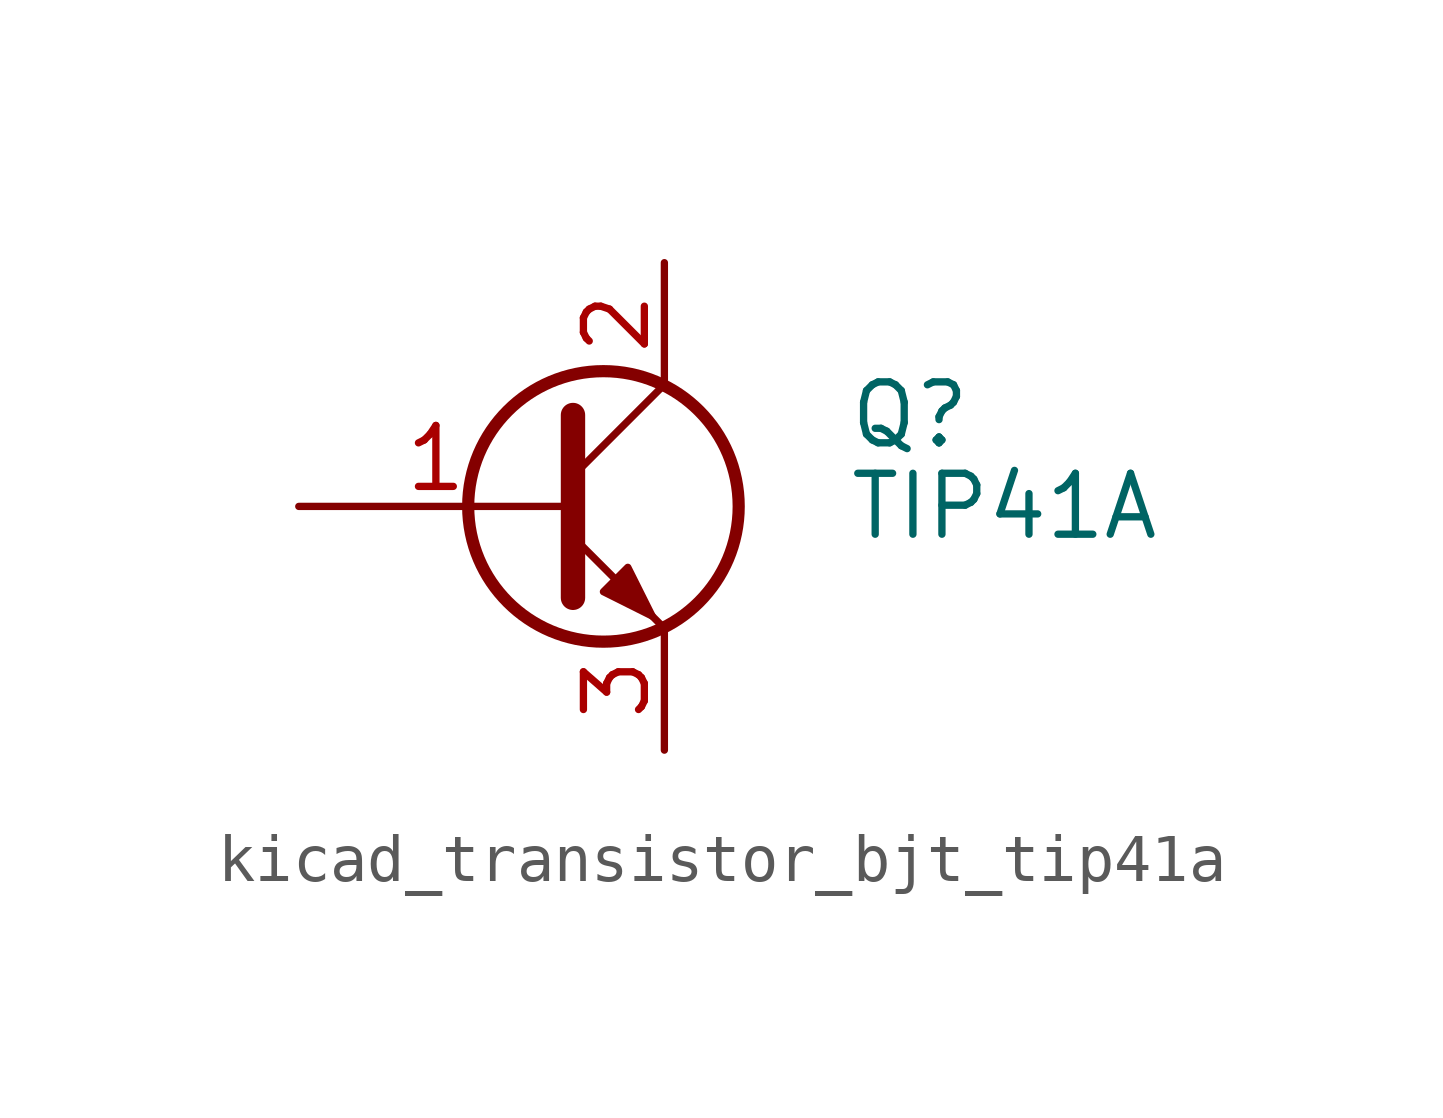
<source format=kicad_sym>
(kicad_symbol_lib
  (version 20220914)
  (generator kicad_symbol_editor)
  (symbol "kicad_transistor_bjt_tip41a"
    (pin_names
      (offset 0) hide)
    (property "Reference" "Q"
      (at 6.35 1.905 0)
      (effects (font (size 1.27 1.27)) (justify left)))
    (property "Value" "TIP41A"
      (at 6.35 0 0)
      (effects (font (size 1.27 1.27)) (justify left)))
    (symbol "kicad_transistor_bjt_tip41a_0_1"
      (polyline (pts (xy 0.635 0.635) (xy 2.54 2.54)) (stroke (width 0) (type default)) (fill (type none)))
      (polyline (pts (xy 0.635 -0.635) (xy 2.54 -2.54) (xy 2.54 -2.54)) (stroke (width 0) (type default)) (fill (type none)))
      (polyline (pts (xy 0.635 1.905) (xy 0.635 -1.905) (xy 0.635 -1.905)) (stroke (width 0.508) (type default)) (fill (type none)))
      (polyline (pts (xy 1.27 -1.778) (xy 1.778 -1.27) (xy 2.286 -2.286) (xy 1.27 -1.778) (xy 1.27 -1.778)) (stroke (width 0) (type default)) (fill (type outline)))
      (circle (center 1.27 0) (radius 2.819) (stroke (width 0.254) (type default)) (fill (type none))))
    (symbol "kicad_transistor_bjt_tip41a_1_1"
      (pin input line (at -5.08 0 0) (length 5.715) (name "B" (effects (font (size 1.27 1.27)))) (number "1" (effects (font (size 1.27 1.27)))))
      (pin passive line (at 2.54 5.08 270) (length 2.54) (name "C" (effects (font (size 1.27 1.27)))) (number "2" (effects (font (size 1.27 1.27)))))
      (pin passive line (at 2.54 -5.08 90) (length 2.54) (name "E" (effects (font (size 1.27 1.27)))) (number "3" (effects (font (size 1.27 1.27))))))))
</source>
